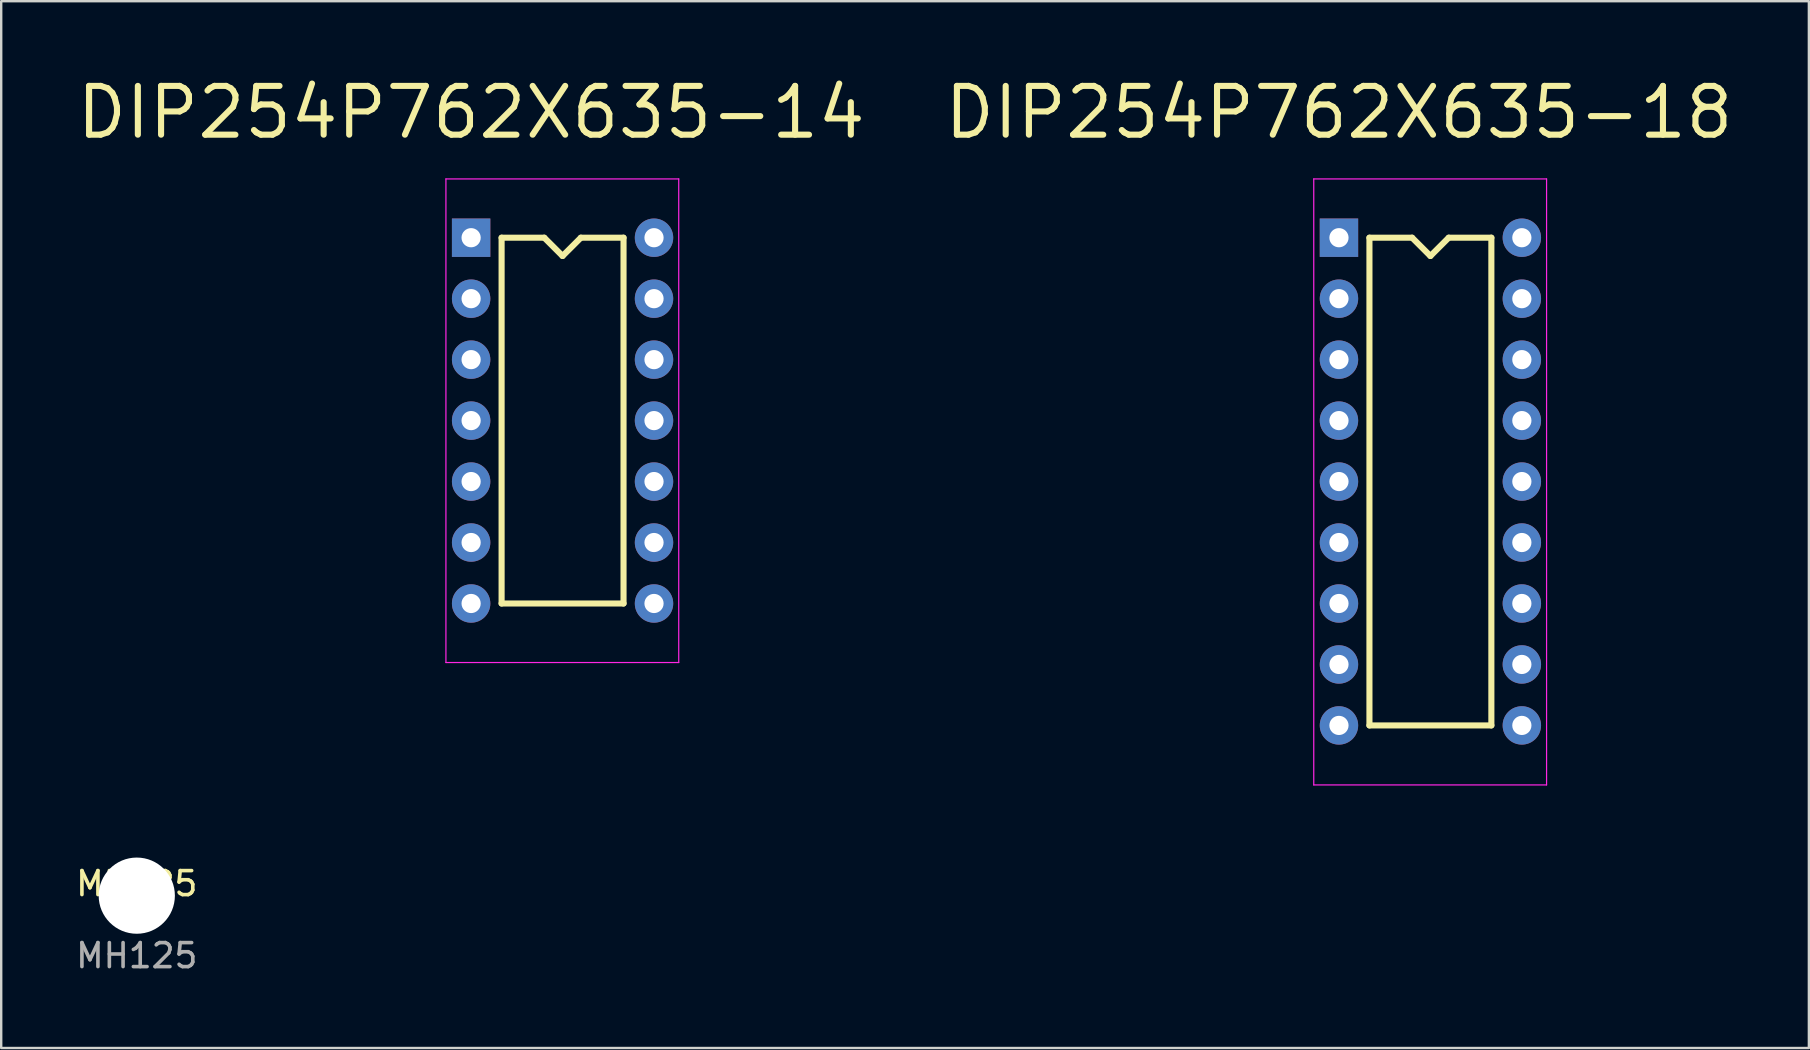
<source format=kicad_pcb>
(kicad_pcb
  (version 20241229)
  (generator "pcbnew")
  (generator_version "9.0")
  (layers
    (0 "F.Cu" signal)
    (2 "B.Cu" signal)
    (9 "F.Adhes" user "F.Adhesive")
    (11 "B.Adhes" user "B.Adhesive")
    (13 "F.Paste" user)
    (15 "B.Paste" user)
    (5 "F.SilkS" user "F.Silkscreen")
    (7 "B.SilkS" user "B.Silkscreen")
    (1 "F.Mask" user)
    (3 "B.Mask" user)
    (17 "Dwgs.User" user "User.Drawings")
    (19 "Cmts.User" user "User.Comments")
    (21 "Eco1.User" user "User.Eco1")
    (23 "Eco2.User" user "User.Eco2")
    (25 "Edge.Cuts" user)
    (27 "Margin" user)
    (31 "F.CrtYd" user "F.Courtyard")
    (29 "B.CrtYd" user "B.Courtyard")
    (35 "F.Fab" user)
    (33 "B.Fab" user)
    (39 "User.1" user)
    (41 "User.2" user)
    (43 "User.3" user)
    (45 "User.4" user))
  (footprint "DIP254P762X635-18"
    (layer "F.Cu")
    (at 52.737 6.854)
    (property "Reference" "DIP254P762X635-18" (at 0 -5.22 0) (unlocked yes) (layer "F.SilkS") (effects (font (size 2.032 2.032) (thickness 0.254))))
    (attr through_hole)
    (fp_line (start 1.27 0) (end 1.27 20.32) (stroke (width 0.254) (type solid)) (layer "F.SilkS"))
    (fp_line (start 1.27 0) (end 3.048 0) (stroke (width 0.254) (type default)) (layer "F.SilkS"))
    (fp_line (start 1.27 20.32) (end 6.35 20.32) (stroke (width 0.254) (type default)) (layer "F.SilkS"))
    (fp_line (start 3.048 0) (end 3.81 0.762) (stroke (width 0.254) (type default)) (layer "F.SilkS"))
    (fp_line (start 3.81 0.762) (end 4.572 0) (stroke (width 0.254) (type default)) (layer "F.SilkS"))
    (fp_line (start 4.572 0) (end 6.35 0) (stroke (width 0.254) (type default)) (layer "F.SilkS"))
    (fp_line (start 6.35 0) (end 6.35 20.32) (stroke (width 0.254) (type default)) (layer "F.SilkS"))
    (fp_line (start -1.05 -2.45) (end -1.05 22.8) (stroke (width 0.05) (type solid)) (layer "F.CrtYd"))
    (fp_line (start -1.05 -2.45) (end 8.65 -2.45) (stroke (width 0.05) (type solid)) (layer "F.CrtYd"))
    (fp_line (start -1.05 22.8) (end 8.65 22.8) (stroke (width 0.05) (type solid)) (layer "F.CrtYd"))
    (fp_line (start 8.65 -2.45) (end 8.65 22.8) (stroke (width 0.05) (type solid)) (layer "F.CrtYd"))
    (pad "1" thru_hole rect (at 0 0) (size 1.6 1.6) (drill 0.8) (layers "*.Cu" "*.Mask"))
    (pad "2" thru_hole oval (at 0 2.54) (size 1.6 1.6) (drill 0.8) (layers "*.Cu" "*.Mask"))
    (pad "3" thru_hole oval (at 0 5.08) (size 1.6 1.6) (drill 0.8) (layers "*.Cu" "*.Mask"))
    (pad "4" thru_hole oval (at 0 7.62) (size 1.6 1.6) (drill 0.8) (layers "*.Cu" "*.Mask"))
    (pad "5" thru_hole oval (at 0 10.16) (size 1.6 1.6) (drill 0.8) (layers "*.Cu" "*.Mask"))
    (pad "6" thru_hole oval (at 0 12.7) (size 1.6 1.6) (drill 0.8) (layers "*.Cu" "*.Mask"))
    (pad "7" thru_hole oval (at 0 15.24) (size 1.6 1.6) (drill 0.8) (layers "*.Cu" "*.Mask"))
    (pad "8" thru_hole oval (at 0 17.78) (size 1.6 1.6) (drill 0.8) (layers "*.Cu" "*.Mask"))
    (pad "9" thru_hole oval (at 0 20.32) (size 1.6 1.6) (drill 0.8) (layers "*.Cu" "*.Mask"))
    (pad "10" thru_hole oval (at 7.62 20.32) (size 1.6 1.6) (drill 0.8) (layers "*.Cu" "*.Mask"))
    (pad "11" thru_hole oval (at 7.62 17.78) (size 1.6 1.6) (drill 0.8) (layers "*.Cu" "*.Mask"))
    (pad "12" thru_hole oval (at 7.62 15.24) (size 1.6 1.6) (drill 0.8) (layers "*.Cu" "*.Mask"))
    (pad "13" thru_hole oval (at 7.62 12.7) (size 1.6 1.6) (drill 0.8) (layers "*.Cu" "*.Mask"))
    (pad "14" thru_hole oval (at 7.62 10.16) (size 1.6 1.6) (drill 0.8) (layers "*.Cu" "*.Mask"))
    (pad "15" thru_hole oval (at 7.62 7.62) (size 1.6 1.6) (drill 0.8) (layers "*.Cu" "*.Mask"))
    (pad "16" thru_hole oval (at 7.62 5.08) (size 1.6 1.6) (drill 0.8) (layers "*.Cu" "*.Mask"))
    (pad "17" thru_hole oval (at 7.62 2.54) (size 1.6 1.6) (drill 0.8) (layers "*.Cu" "*.Mask"))
    (pad "18" thru_hole oval (at 7.62 0) (size 1.6 1.6) (drill 0.8) (layers "*.Cu" "*.Mask")))
  (footprint "DIP254P762X635-14"
    (layer "F.Cu")
    (at 16.579 6.854)
    (property "Reference" "DIP254P762X635-14" (at 0 -5.22 0) (unlocked yes) (layer "F.SilkS") (effects (font (size 2.032 2.032) (thickness 0.254))))
    (attr through_hole)
    (fp_line (start 1.27 0) (end 1.27 15.24) (stroke (width 0.254) (type solid)) (layer "F.SilkS"))
    (fp_line (start 1.27 0) (end 3.048 0) (stroke (width 0.254) (type default)) (layer "F.SilkS"))
    (fp_line (start 1.27 15.24) (end 6.35 15.24) (stroke (width 0.254) (type default)) (layer "F.SilkS"))
    (fp_line (start 3.048 0) (end 3.81 0.762) (stroke (width 0.254) (type default)) (layer "F.SilkS"))
    (fp_line (start 3.81 0.762) (end 4.572 0) (stroke (width 0.254) (type default)) (layer "F.SilkS"))
    (fp_line (start 4.572 0) (end 6.35 0) (stroke (width 0.254) (type default)) (layer "F.SilkS"))
    (fp_line (start 6.35 0) (end 6.35 15.24) (stroke (width 0.254) (type default)) (layer "F.SilkS"))
    (fp_line (start -1.05 -2.45) (end -1.05 17.7) (stroke (width 0.05) (type solid)) (layer "F.CrtYd"))
    (fp_line (start -1.05 -2.45) (end 8.65 -2.45) (stroke (width 0.05) (type solid)) (layer "F.CrtYd"))
    (fp_line (start -1.05 17.7) (end 8.65 17.7) (stroke (width 0.05) (type solid)) (layer "F.CrtYd"))
    (fp_line (start 8.65 -2.45) (end 8.65 17.7) (stroke (width 0.05) (type solid)) (layer "F.CrtYd"))
    (pad "1" thru_hole rect (at 0 0) (size 1.6 1.6) (drill 0.8) (layers "*.Cu" "*.Mask"))
    (pad "2" thru_hole oval (at 0 2.54) (size 1.6 1.6) (drill 0.8) (layers "*.Cu" "*.Mask"))
    (pad "3" thru_hole oval (at 0 5.08) (size 1.6 1.6) (drill 0.8) (layers "*.Cu" "*.Mask"))
    (pad "4" thru_hole oval (at 0 7.62) (size 1.6 1.6) (drill 0.8) (layers "*.Cu" "*.Mask"))
    (pad "5" thru_hole oval (at 0 10.16) (size 1.6 1.6) (drill 0.8) (layers "*.Cu" "*.Mask"))
    (pad "6" thru_hole oval (at 0 12.7) (size 1.6 1.6) (drill 0.8) (layers "*.Cu" "*.Mask"))
    (pad "7" thru_hole oval (at 0 15.24) (size 1.6 1.6) (drill 0.8) (layers "*.Cu" "*.Mask"))
    (pad "8" thru_hole oval (at 7.62 15.24) (size 1.6 1.6) (drill 0.8) (layers "*.Cu" "*.Mask"))
    (pad "9" thru_hole oval (at 7.62 12.7) (size 1.6 1.6) (drill 0.8) (layers "*.Cu" "*.Mask"))
    (pad "10" thru_hole oval (at 7.62 10.16) (size 1.6 1.6) (drill 0.8) (layers "*.Cu" "*.Mask"))
    (pad "11" thru_hole oval (at 7.62 7.62) (size 1.6 1.6) (drill 0.8) (layers "*.Cu" "*.Mask"))
    (pad "12" thru_hole oval (at 7.62 5.08) (size 1.6 1.6) (drill 0.8) (layers "*.Cu" "*.Mask"))
    (pad "13" thru_hole oval (at 7.62 2.54) (size 1.6 1.6) (drill 0.8) (layers "*.Cu" "*.Mask"))
    (pad "14" thru_hole oval (at 7.62 0) (size 1.6 1.6) (drill 0.8) (layers "*.Cu" "*.Mask")))
  (footprint "MH125"
    (layer "F.Cu")
    (at 2.649 34.267)
    (property "Reference" "MH125" (at 0 -0.5 0) (unlocked yes) (layer "F.SilkS") (effects (font (size 1 1) (thickness 0.15))))
    (attr through_hole)
    (fp_text user "${REFERENCE}" (at 0 2.5 0) (unlocked yes) (layer "F.Fab") (effects (font (size 1 1) (thickness 0.15))))
    (pad "" np_thru_hole circle (at 0 0) (size 3.175 3.175) (drill 3.175) (layers "*.Cu" "*.Mask")))
  (gr_rect
    (start -3 -3)
    (end 72.316 40.615)
    (stroke (width 0.1) (type default))
    (fill no)
    (layer "Edge.Cuts")))
</source>
